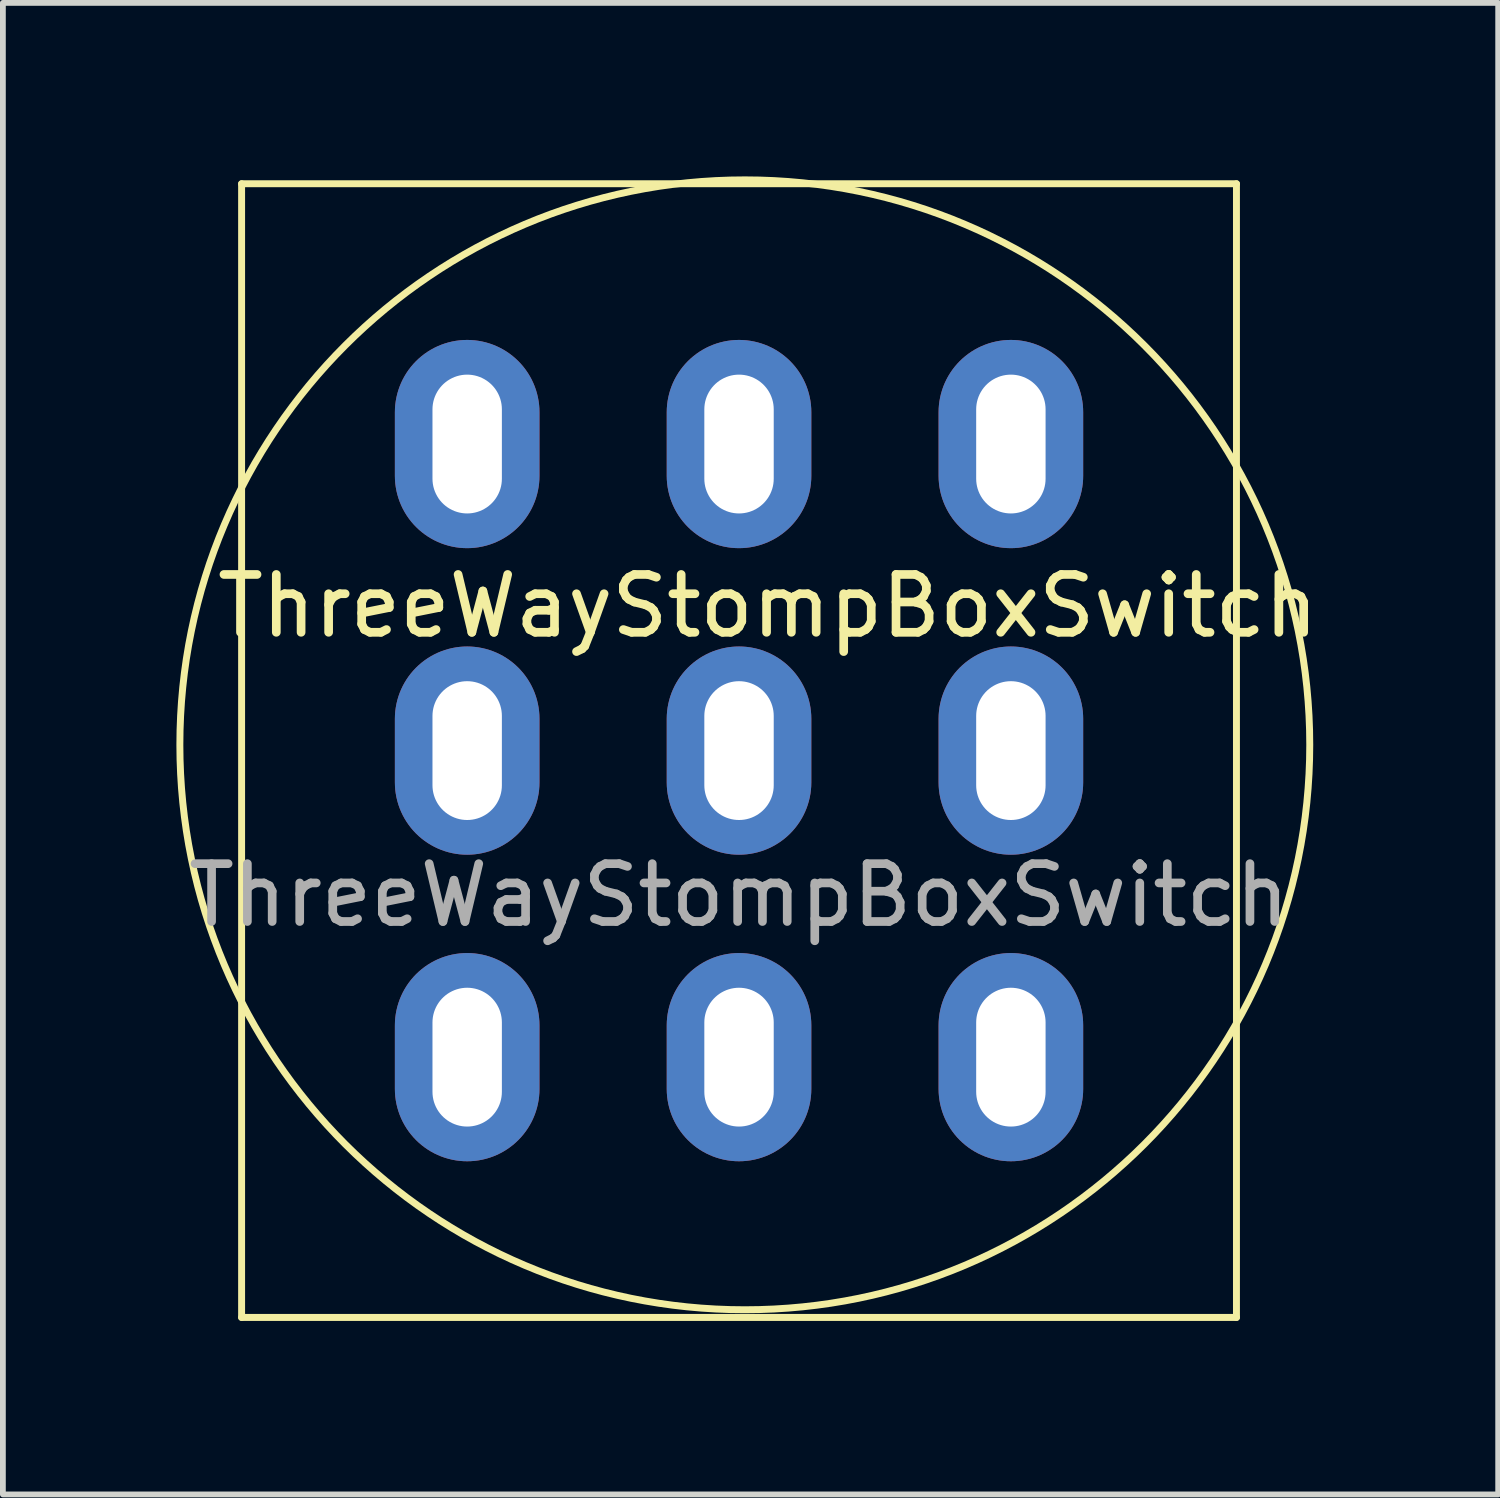
<source format=kicad_pcb>
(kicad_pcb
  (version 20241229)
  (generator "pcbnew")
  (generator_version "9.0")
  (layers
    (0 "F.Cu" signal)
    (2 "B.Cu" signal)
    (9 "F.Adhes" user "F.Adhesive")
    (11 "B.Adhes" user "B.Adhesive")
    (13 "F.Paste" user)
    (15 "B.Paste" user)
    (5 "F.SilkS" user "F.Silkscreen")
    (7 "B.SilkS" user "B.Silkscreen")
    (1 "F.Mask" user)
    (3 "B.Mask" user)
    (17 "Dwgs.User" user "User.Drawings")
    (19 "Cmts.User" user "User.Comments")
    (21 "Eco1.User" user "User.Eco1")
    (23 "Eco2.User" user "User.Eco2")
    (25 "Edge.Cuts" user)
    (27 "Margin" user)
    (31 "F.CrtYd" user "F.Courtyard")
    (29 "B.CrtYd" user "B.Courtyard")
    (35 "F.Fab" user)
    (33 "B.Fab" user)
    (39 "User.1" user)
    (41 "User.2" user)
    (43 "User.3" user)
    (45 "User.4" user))
  (footprint "ThreeWayStompBoxSwitch"
    (layer "F.Cu")
    (at 9.727 9.927)
    (property "Reference" "ThreeWayStompBoxSwitch" (at 0.5 -2.5 0) (unlocked yes) (layer "F.SilkS") (effects (font (size 1 1) (thickness 0.15))))
    (attr smd)
    (fp_line (start -8.6 -9.8) (end 8.6 -9.8) (stroke (width 0.12) (type solid)) (layer "F.SilkS"))
    (fp_line (start -8.6 9.8) (end -8.6 -9.8) (stroke (width 0.12) (type solid)) (layer "F.SilkS"))
    (fp_line (start 8.6 -9.8) (end 8.6 9.8) (stroke (width 0.12) (type solid)) (layer "F.SilkS"))
    (fp_line (start 8.6 9.8) (end -8.6 9.8) (stroke (width 0.12) (type solid)) (layer "F.SilkS"))
    (fp_circle (center 0.1 -0.1) (end 7.3 6.5) (stroke (width 0.12) (type solid)) (fill no) (layer "F.SilkS"))
    (fp_text user "${REFERENCE}" (at 0 2.5 0) (unlocked yes) (layer "F.Fab") (effects (font (size 1 1) (thickness 0.15))))
    (pad "1A" thru_hole oval (at 4.7 -5.3) (size 2.5 3.6) (drill oval 1.2 2.4) (layers "*.Cu" "*.Mask"))
    (pad "1B" thru_hole oval (at -4.7 -5.3) (size 2.5 3.6) (drill oval 1.2 2.4) (layers "*.Cu" "*.Mask"))
    (pad "1P" thru_hole oval (at 0 -5.3) (size 2.5 3.6) (drill oval 1.2 2.4) (layers "*.Cu" "*.Mask"))
    (pad "2A" thru_hole oval (at 4.7 0) (size 2.5 3.6) (drill oval 1.2 2.4) (layers "*.Cu" "*.Mask"))
    (pad "2B" thru_hole oval (at -4.7 0) (size 2.5 3.6) (drill oval 1.2 2.4) (layers "*.Cu" "*.Mask"))
    (pad "2P" thru_hole oval (at 0 0) (size 2.5 3.6) (drill oval 1.2 2.4) (layers "*.Cu" "*.Mask"))
    (pad "3A" thru_hole oval (at 4.7 5.3) (size 2.5 3.6) (drill oval 1.2 2.4) (layers "*.Cu" "*.Mask"))
    (pad "3B" thru_hole oval (at -4.7 5.3) (size 2.5 3.6) (drill oval 1.2 2.4) (layers "*.Cu" "*.Mask"))
    (pad "3P" thru_hole oval (at 0 5.3) (size 2.5 3.6) (drill oval 1.2 2.4) (layers "*.Cu" "*.Mask")))
  (gr_rect
    (start -3 -3)
    (end 22.852 22.787)
    (stroke (width 0.1) (type default))
    (fill no)
    (layer "Edge.Cuts")))
</source>
